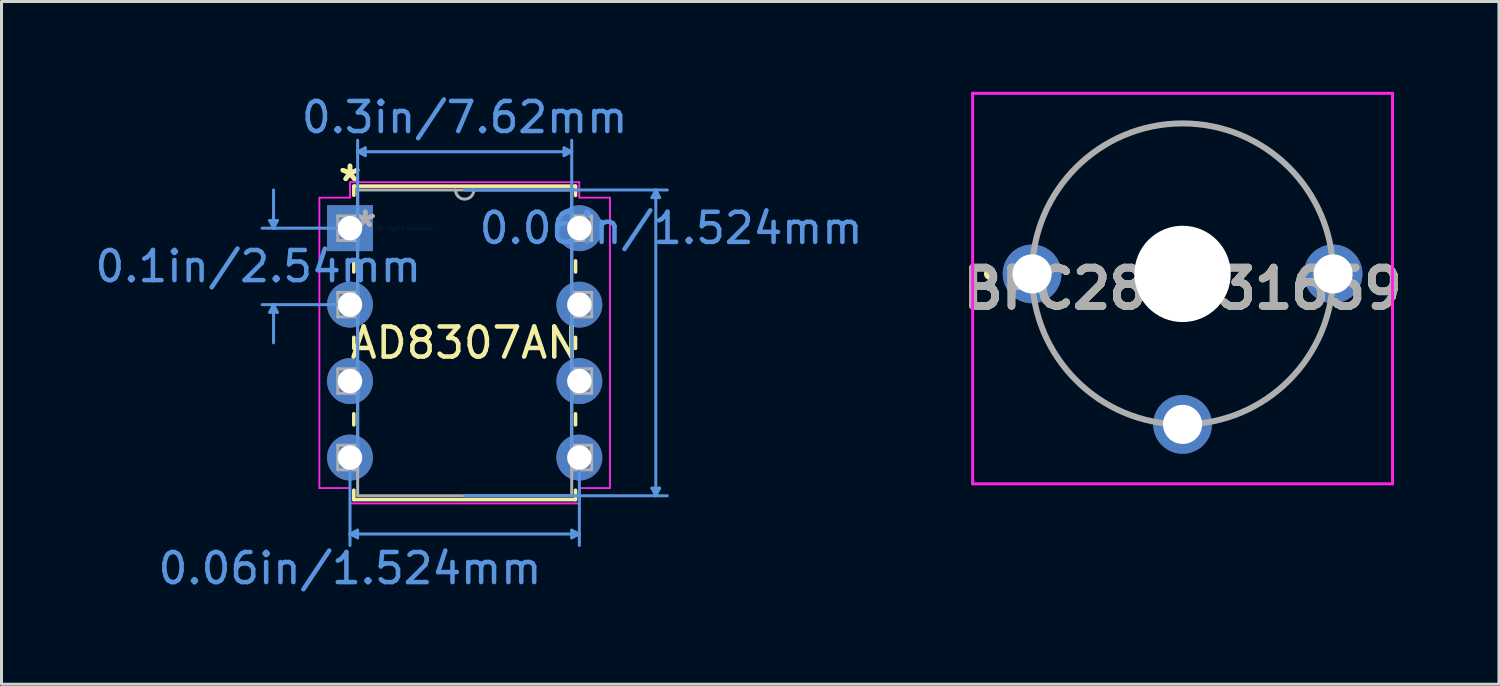
<source format=kicad_pcb>
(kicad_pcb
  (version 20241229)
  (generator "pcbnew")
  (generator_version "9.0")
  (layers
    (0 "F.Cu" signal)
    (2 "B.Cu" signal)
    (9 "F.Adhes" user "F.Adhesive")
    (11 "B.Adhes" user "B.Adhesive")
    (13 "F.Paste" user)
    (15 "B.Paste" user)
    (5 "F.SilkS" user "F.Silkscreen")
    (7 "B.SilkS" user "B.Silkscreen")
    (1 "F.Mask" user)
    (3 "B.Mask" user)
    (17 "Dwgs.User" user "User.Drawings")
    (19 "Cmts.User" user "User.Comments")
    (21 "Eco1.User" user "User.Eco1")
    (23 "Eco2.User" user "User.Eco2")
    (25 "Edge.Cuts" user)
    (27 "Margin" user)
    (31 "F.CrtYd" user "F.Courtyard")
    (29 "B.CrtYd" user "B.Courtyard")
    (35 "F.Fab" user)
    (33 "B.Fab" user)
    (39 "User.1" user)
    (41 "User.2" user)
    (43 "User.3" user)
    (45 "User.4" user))
  (footprint "BFC280831659"
    (layer "F.Cu")
    (at 31.239 6.05)
    (property "Reference" "BFC280831659" (at 5 0.487 0) (layer "F.SilkS") (effects (font (size 1.27 1.27) (thickness 0.254))))
    (attr through_hole)
    (fp_line (start -1.4 -0.1) (end -1.4 -0.1) (stroke (width 0.2) (type solid)) (layer "F.SilkS"))
    (fp_line (start -1.4 0.1) (end -1.4 0.1) (stroke (width 0.2) (type solid)) (layer "F.SilkS"))
    (fp_arc (start -1.4 -0.1) (mid -1.3 0) (end -1.4 0.1) (stroke (width 0.2) (type solid)) (layer "F.SilkS"))
    (fp_arc (start -1.4 0.1) (mid -1.5 0) (end -1.4 -0.1) (stroke (width 0.2) (type solid)) (layer "F.SilkS"))
    (fp_line (start -1.975 -6) (end 11.975 -6) (stroke (width 0.1) (type solid)) (layer "F.CrtYd"))
    (fp_line (start -1.975 6.975) (end -1.975 -6) (stroke (width 0.1) (type solid)) (layer "F.CrtYd"))
    (fp_line (start 11.975 -6) (end 11.975 6.975) (stroke (width 0.1) (type solid)) (layer "F.CrtYd"))
    (fp_line (start 11.975 6.975) (end -1.975 6.975) (stroke (width 0.1) (type solid)) (layer "F.CrtYd"))
    (fp_line (start 0 0) (end 0 0) (stroke (width 0.2) (type solid)) (layer "F.Fab"))
    (fp_line (start 10 0) (end 10 0) (stroke (width 0.2) (type solid)) (layer "F.Fab"))
    (fp_arc (start 0 0) (mid 5 -5) (end 10 0) (stroke (width 0.2) (type solid)) (layer "F.Fab"))
    (fp_arc (start 10 0) (mid 5 5) (end 0 0) (stroke (width 0.2) (type solid)) (layer "F.Fab"))
    (fp_text user "${REFERENCE}" (at 5 0.487 0) (layer "F.Fab") (effects (font (size 1.27 1.27) (thickness 0.254))))
    (pad "" np_thru_hole circle (at 5 0) (size 3.2 3.2) (drill 3.2) (layers "*.Cu" "*.Mask"))
    (pad "1" thru_hole circle (at 0 0) (size 1.95 1.95) (drill 1.3) (layers "*.Cu" "*.Mask"))
    (pad "2" thru_hole circle (at 5 5) (size 1.95 1.95) (drill 1.3) (layers "*.Cu" "*.Mask"))
    (pad "3" thru_hole circle (at 10 0) (size 1.95 1.95) (drill 1.3) (layers "*.Cu" "*.Mask")))
  (footprint "AD8307AN"
    (layer "F.Cu")
    (at 8.578 4.531)
    (property "Reference" "AD8307AN" (at 3.81 3.81 0) (layer "F.SilkS") (effects (font (size 1 1) (thickness 0.15))))
    (attr through_hole)
    (fp_line (start 0.127 -1.397) (end 0.127 -1.095) (stroke (width 0.12) (type solid)) (layer "F.SilkS"))
    (fp_line (start 0.127 1.095) (end 0.127 1.453) (stroke (width 0.12) (type solid)) (layer "F.SilkS"))
    (fp_line (start 0.127 3.627) (end 0.127 3.993) (stroke (width 0.12) (type solid)) (layer "F.SilkS"))
    (fp_line (start 0.127 6.167) (end 0.127 6.533) (stroke (width 0.12) (type solid)) (layer "F.SilkS"))
    (fp_line (start 0.127 8.707) (end 0.127 9.017) (stroke (width 0.12) (type solid)) (layer "F.SilkS"))
    (fp_line (start 0.127 9.017) (end 7.493 9.017) (stroke (width 0.12) (type solid)) (layer "F.SilkS"))
    (fp_line (start 7.493 -1.397) (end 0.127 -1.397) (stroke (width 0.12) (type solid)) (layer "F.SilkS"))
    (fp_line (start 7.493 -1.087) (end 7.493 -1.397) (stroke (width 0.12) (type solid)) (layer "F.SilkS"))
    (fp_line (start 7.493 1.453) (end 7.493 1.087) (stroke (width 0.12) (type solid)) (layer "F.SilkS"))
    (fp_line (start 7.493 3.993) (end 7.493 3.627) (stroke (width 0.12) (type solid)) (layer "F.SilkS"))
    (fp_line (start 7.493 6.533) (end 7.493 6.167) (stroke (width 0.12) (type solid)) (layer "F.SilkS"))
    (fp_line (start 7.493 9.017) (end 7.493 8.707) (stroke (width 0.12) (type solid)) (layer "F.SilkS"))
    (fp_line (start -2.667 -0.254) (end -2.413 -0.254) (stroke (width 0.1) (type solid)) (layer "Cmts.User"))
    (fp_line (start -2.667 2.794) (end -2.413 2.794) (stroke (width 0.1) (type solid)) (layer "Cmts.User"))
    (fp_line (start -2.54 0) (end -2.667 -0.254) (stroke (width 0.1) (type solid)) (layer "Cmts.User"))
    (fp_line (start -2.54 0) (end -2.54 -1.27) (stroke (width 0.1) (type solid)) (layer "Cmts.User"))
    (fp_line (start -2.54 0) (end -2.413 -0.254) (stroke (width 0.1) (type solid)) (layer "Cmts.User"))
    (fp_line (start -2.54 2.54) (end -2.667 2.794) (stroke (width 0.1) (type solid)) (layer "Cmts.User"))
    (fp_line (start -2.54 2.54) (end -2.54 3.81) (stroke (width 0.1) (type solid)) (layer "Cmts.User"))
    (fp_line (start -2.54 2.54) (end -2.413 2.794) (stroke (width 0.1) (type solid)) (layer "Cmts.User"))
    (fp_line (start 0 0) (end -2.921 0) (stroke (width 0.1) (type solid)) (layer "Cmts.User"))
    (fp_line (start 0 2.54) (end -2.921 2.54) (stroke (width 0.1) (type solid)) (layer "Cmts.User"))
    (fp_line (start 0 7.62) (end 0 10.541) (stroke (width 0.1) (type solid)) (layer "Cmts.User"))
    (fp_line (start 0 10.16) (end 0.254 10.033) (stroke (width 0.1) (type solid)) (layer "Cmts.User"))
    (fp_line (start 0 10.16) (end 0.254 10.287) (stroke (width 0.1) (type solid)) (layer "Cmts.User"))
    (fp_line (start 0 10.16) (end 7.62 10.16) (stroke (width 0.1) (type solid)) (layer "Cmts.User"))
    (fp_line (start 0.254 -2.54) (end 0.508 -2.667) (stroke (width 0.1) (type solid)) (layer "Cmts.User"))
    (fp_line (start 0.254 -2.54) (end 0.508 -2.413) (stroke (width 0.1) (type solid)) (layer "Cmts.User"))
    (fp_line (start 0.254 -2.54) (end 7.366 -2.54) (stroke (width 0.1) (type solid)) (layer "Cmts.User"))
    (fp_line (start 0.254 7.62) (end 0.254 -2.921) (stroke (width 0.1) (type solid)) (layer "Cmts.User"))
    (fp_line (start 0.254 10.033) (end 0.254 10.287) (stroke (width 0.1) (type solid)) (layer "Cmts.User"))
    (fp_line (start 0.508 -2.667) (end 0.508 -2.413) (stroke (width 0.1) (type solid)) (layer "Cmts.User"))
    (fp_line (start 3.81 -1.27) (end 10.541 -1.27) (stroke (width 0.1) (type solid)) (layer "Cmts.User"))
    (fp_line (start 3.81 8.89) (end 10.541 8.89) (stroke (width 0.1) (type solid)) (layer "Cmts.User"))
    (fp_line (start 7.112 -2.667) (end 7.112 -2.413) (stroke (width 0.1) (type solid)) (layer "Cmts.User"))
    (fp_line (start 7.366 -2.54) (end 7.112 -2.667) (stroke (width 0.1) (type solid)) (layer "Cmts.User"))
    (fp_line (start 7.366 -2.54) (end 7.112 -2.413) (stroke (width 0.1) (type solid)) (layer "Cmts.User"))
    (fp_line (start 7.366 7.62) (end 7.366 -2.921) (stroke (width 0.1) (type solid)) (layer "Cmts.User"))
    (fp_line (start 7.366 10.033) (end 7.366 10.287) (stroke (width 0.1) (type solid)) (layer "Cmts.User"))
    (fp_line (start 7.62 7.62) (end 7.62 10.541) (stroke (width 0.1) (type solid)) (layer "Cmts.User"))
    (fp_line (start 7.62 10.16) (end 7.366 10.033) (stroke (width 0.1) (type solid)) (layer "Cmts.User"))
    (fp_line (start 7.62 10.16) (end 7.366 10.287) (stroke (width 0.1) (type solid)) (layer "Cmts.User"))
    (fp_line (start 10.033 -1.016) (end 10.287 -1.016) (stroke (width 0.1) (type solid)) (layer "Cmts.User"))
    (fp_line (start 10.033 8.636) (end 10.287 8.636) (stroke (width 0.1) (type solid)) (layer "Cmts.User"))
    (fp_line (start 10.16 -1.27) (end 10.033 -1.016) (stroke (width 0.1) (type solid)) (layer "Cmts.User"))
    (fp_line (start 10.16 -1.27) (end 10.16 8.89) (stroke (width 0.1) (type solid)) (layer "Cmts.User"))
    (fp_line (start 10.16 -1.27) (end 10.287 -1.016) (stroke (width 0.1) (type solid)) (layer "Cmts.User"))
    (fp_line (start 10.16 8.89) (end 10.033 8.636) (stroke (width 0.1) (type solid)) (layer "Cmts.User"))
    (fp_line (start 10.16 8.89) (end 10.287 8.636) (stroke (width 0.1) (type solid)) (layer "Cmts.User"))
    (fp_line (start -1.016 -1.016) (end -1.016 8.636) (stroke (width 0.05) (type solid)) (layer "F.CrtYd"))
    (fp_line (start -1.016 -1.016) (end 0 -1.016) (stroke (width 0.05) (type solid)) (layer "F.CrtYd"))
    (fp_line (start -1.016 8.636) (end -1.016 -1.016) (stroke (width 0.05) (type solid)) (layer "F.CrtYd"))
    (fp_line (start -1.016 8.636) (end 0 8.636) (stroke (width 0.05) (type solid)) (layer "F.CrtYd"))
    (fp_line (start 0 -1.524) (end 0 -1.016) (stroke (width 0.05) (type solid)) (layer "F.CrtYd"))
    (fp_line (start 0 -1.524) (end 7.62 -1.524) (stroke (width 0.05) (type solid)) (layer "F.CrtYd"))
    (fp_line (start 0 -1.016) (end -1.016 -1.016) (stroke (width 0.05) (type solid)) (layer "F.CrtYd"))
    (fp_line (start 0 -1.016) (end 0 -1.524) (stroke (width 0.05) (type solid)) (layer "F.CrtYd"))
    (fp_line (start 0 8.636) (end -1.016 8.636) (stroke (width 0.05) (type solid)) (layer "F.CrtYd"))
    (fp_line (start 0 8.636) (end 0 9.144) (stroke (width 0.05) (type solid)) (layer "F.CrtYd"))
    (fp_line (start 0 9.144) (end 0 8.636) (stroke (width 0.05) (type solid)) (layer "F.CrtYd"))
    (fp_line (start 0 9.144) (end 7.62 9.144) (stroke (width 0.05) (type solid)) (layer "F.CrtYd"))
    (fp_line (start 7.62 -1.524) (end 0 -1.524) (stroke (width 0.05) (type solid)) (layer "F.CrtYd"))
    (fp_line (start 7.62 -1.524) (end 7.62 -1.016) (stroke (width 0.05) (type solid)) (layer "F.CrtYd"))
    (fp_line (start 7.62 -1.016) (end 7.62 -1.524) (stroke (width 0.05) (type solid)) (layer "F.CrtYd"))
    (fp_line (start 7.62 8.636) (end 7.62 9.144) (stroke (width 0.05) (type solid)) (layer "F.CrtYd"))
    (fp_line (start 7.62 8.636) (end 8.636 8.636) (stroke (width 0.05) (type solid)) (layer "F.CrtYd"))
    (fp_line (start 7.62 9.144) (end 0 9.144) (stroke (width 0.05) (type solid)) (layer "F.CrtYd"))
    (fp_line (start 7.62 9.144) (end 7.62 8.636) (stroke (width 0.05) (type solid)) (layer "F.CrtYd"))
    (fp_line (start 8.636 -1.016) (end 7.62 -1.016) (stroke (width 0.05) (type solid)) (layer "F.CrtYd"))
    (fp_line (start 8.636 -1.016) (end 7.62 -1.016) (stroke (width 0.05) (type solid)) (layer "F.CrtYd"))
    (fp_line (start 8.636 -1.016) (end 8.636 8.636) (stroke (width 0.05) (type solid)) (layer "F.CrtYd"))
    (fp_line (start 8.636 8.636) (end 7.62 8.636) (stroke (width 0.05) (type solid)) (layer "F.CrtYd"))
    (fp_line (start 8.636 8.636) (end 8.636 -1.016) (stroke (width 0.05) (type solid)) (layer "F.CrtYd"))
    (fp_line (start -0.406 -0.406) (end -0.406 0.406) (stroke (width 0.1) (type solid)) (layer "F.Fab"))
    (fp_line (start -0.406 0.406) (end 0.254 0.406) (stroke (width 0.1) (type solid)) (layer "F.Fab"))
    (fp_line (start -0.406 2.134) (end -0.406 2.946) (stroke (width 0.1) (type solid)) (layer "F.Fab"))
    (fp_line (start -0.406 2.946) (end 0.254 2.946) (stroke (width 0.1) (type solid)) (layer "F.Fab"))
    (fp_line (start -0.406 4.674) (end -0.406 5.486) (stroke (width 0.1) (type solid)) (layer "F.Fab"))
    (fp_line (start -0.406 5.486) (end 0.254 5.486) (stroke (width 0.1) (type solid)) (layer "F.Fab"))
    (fp_line (start -0.406 7.214) (end -0.406 8.026) (stroke (width 0.1) (type solid)) (layer "F.Fab"))
    (fp_line (start -0.406 8.026) (end 0.254 8.026) (stroke (width 0.1) (type solid)) (layer "F.Fab"))
    (fp_line (start 0.254 -1.27) (end 0.254 8.89) (stroke (width 0.1) (type solid)) (layer "F.Fab"))
    (fp_line (start 0.254 -0.406) (end -0.406 -0.406) (stroke (width 0.1) (type solid)) (layer "F.Fab"))
    (fp_line (start 0.254 0.406) (end 0.254 -0.406) (stroke (width 0.1) (type solid)) (layer "F.Fab"))
    (fp_line (start 0.254 2.134) (end -0.406 2.134) (stroke (width 0.1) (type solid)) (layer "F.Fab"))
    (fp_line (start 0.254 2.946) (end 0.254 2.134) (stroke (width 0.1) (type solid)) (layer "F.Fab"))
    (fp_line (start 0.254 4.674) (end -0.406 4.674) (stroke (width 0.1) (type solid)) (layer "F.Fab"))
    (fp_line (start 0.254 5.486) (end 0.254 4.674) (stroke (width 0.1) (type solid)) (layer "F.Fab"))
    (fp_line (start 0.254 7.214) (end -0.406 7.214) (stroke (width 0.1) (type solid)) (layer "F.Fab"))
    (fp_line (start 0.254 8.026) (end 0.254 7.214) (stroke (width 0.1) (type solid)) (layer "F.Fab"))
    (fp_line (start 0.254 8.89) (end 7.366 8.89) (stroke (width 0.1) (type solid)) (layer "F.Fab"))
    (fp_line (start 7.366 -1.27) (end 0.254 -1.27) (stroke (width 0.1) (type solid)) (layer "F.Fab"))
    (fp_line (start 7.366 -0.406) (end 7.366 0.406) (stroke (width 0.1) (type solid)) (layer "F.Fab"))
    (fp_line (start 7.366 0.406) (end 8.026 0.406) (stroke (width 0.1) (type solid)) (layer "F.Fab"))
    (fp_line (start 7.366 2.134) (end 7.366 2.946) (stroke (width 0.1) (type solid)) (layer "F.Fab"))
    (fp_line (start 7.366 2.946) (end 8.026 2.946) (stroke (width 0.1) (type solid)) (layer "F.Fab"))
    (fp_line (start 7.366 4.674) (end 7.366 5.486) (stroke (width 0.1) (type solid)) (layer "F.Fab"))
    (fp_line (start 7.366 5.486) (end 8.026 5.486) (stroke (width 0.1) (type solid)) (layer "F.Fab"))
    (fp_line (start 7.366 7.214) (end 7.366 8.026) (stroke (width 0.1) (type solid)) (layer "F.Fab"))
    (fp_line (start 7.366 8.026) (end 8.026 8.026) (stroke (width 0.1) (type solid)) (layer "F.Fab"))
    (fp_line (start 7.366 8.89) (end 7.366 -1.27) (stroke (width 0.1) (type solid)) (layer "F.Fab"))
    (fp_line (start 8.026 -0.406) (end 7.366 -0.406) (stroke (width 0.1) (type solid)) (layer "F.Fab"))
    (fp_line (start 8.026 0.406) (end 8.026 -0.406) (stroke (width 0.1) (type solid)) (layer "F.Fab"))
    (fp_line (start 8.026 2.134) (end 7.366 2.134) (stroke (width 0.1) (type solid)) (layer "F.Fab"))
    (fp_line (start 8.026 2.946) (end 8.026 2.134) (stroke (width 0.1) (type solid)) (layer "F.Fab"))
    (fp_line (start 8.026 4.674) (end 7.366 4.674) (stroke (width 0.1) (type solid)) (layer "F.Fab"))
    (fp_line (start 8.026 5.486) (end 8.026 4.674) (stroke (width 0.1) (type solid)) (layer "F.Fab"))
    (fp_line (start 8.026 7.214) (end 7.366 7.214) (stroke (width 0.1) (type solid)) (layer "F.Fab"))
    (fp_line (start 8.026 8.026) (end 8.026 7.214) (stroke (width 0.1) (type solid)) (layer "F.Fab"))
    (fp_arc (start 4.1148 -1.27) (mid 3.81 -0.9652) (end 3.5052 -1.27) (stroke (width 0.1) (type solid)) (layer "F.Fab"))
    (fp_text user "*" (at 0 -1.524 0) (layer "F.SilkS") (effects (font (size 1 1) (thickness 0.15))))
    (fp_text user "*" (at 0 -1.524 0) (layer "F.SilkS") (effects (font (size 1 1) (thickness 0.15))))
    (fp_text user "0.06in/1.524mm" (at 0 11.303 0) (layer "Cmts.User") (effects (font (size 1 1) (thickness 0.15))))
    (fp_text user "Copyright 2021 Accelerated Designs. All rights reserved." (at 0 0 0) (layer "Cmts.User") (effects (font (size 0.127 0.127) (thickness 0.002))))
    (fp_text user "0.1in/2.54mm" (at -3.048 1.27 0) (layer "Cmts.User") (effects (font (size 1 1) (thickness 0.15))))
    (fp_text user "0.3in/7.62mm" (at 3.81 -3.683 0) (layer "Cmts.User") (effects (font (size 1 1) (thickness 0.15))))
    (fp_text user "0.06in/1.524mm" (at 10.668 0 0) (layer "Cmts.User") (effects (font (size 1 1) (thickness 0.15))))
    (fp_text user "*" (at 0.508 0 0) (layer "F.Fab") (effects (font (size 1 1) (thickness 0.15))))
    (fp_text user "*" (at 0.508 0 0) (layer "F.Fab") (effects (font (size 1 1) (thickness 0.15))))
    (pad "1" thru_hole rect (at 0 0) (size 1.524 1.524) (drill 0.813) (layers "*.Cu" "*.Mask"))
    (pad "2" thru_hole circle (at 0 2.54) (size 1.524 1.524) (drill 0.813) (layers "*.Cu" "*.Mask"))
    (pad "3" thru_hole circle (at 0 5.08) (size 1.524 1.524) (drill 0.813) (layers "*.Cu" "*.Mask"))
    (pad "4" thru_hole circle (at 0 7.62) (size 1.524 1.524) (drill 0.813) (layers "*.Cu" "*.Mask"))
    (pad "5" thru_hole circle (at 7.62 7.62) (size 1.524 1.524) (drill 0.813) (layers "*.Cu" "*.Mask"))
    (pad "6" thru_hole circle (at 7.62 5.08) (size 1.524 1.524) (drill 0.813) (layers "*.Cu" "*.Mask"))
    (pad "7" thru_hole circle (at 7.62 2.54) (size 1.524 1.524) (drill 0.813) (layers "*.Cu" "*.Mask"))
    (pad "8" thru_hole circle (at 7.62 0) (size 1.524 1.524) (drill 0.813) (layers "*.Cu" "*.Mask")))
  (gr_rect
    (start -3 -3)
    (end 46.75 19.683)
    (stroke (width 0.1) (type default))
    (fill no)
    (layer "Edge.Cuts")))
</source>
